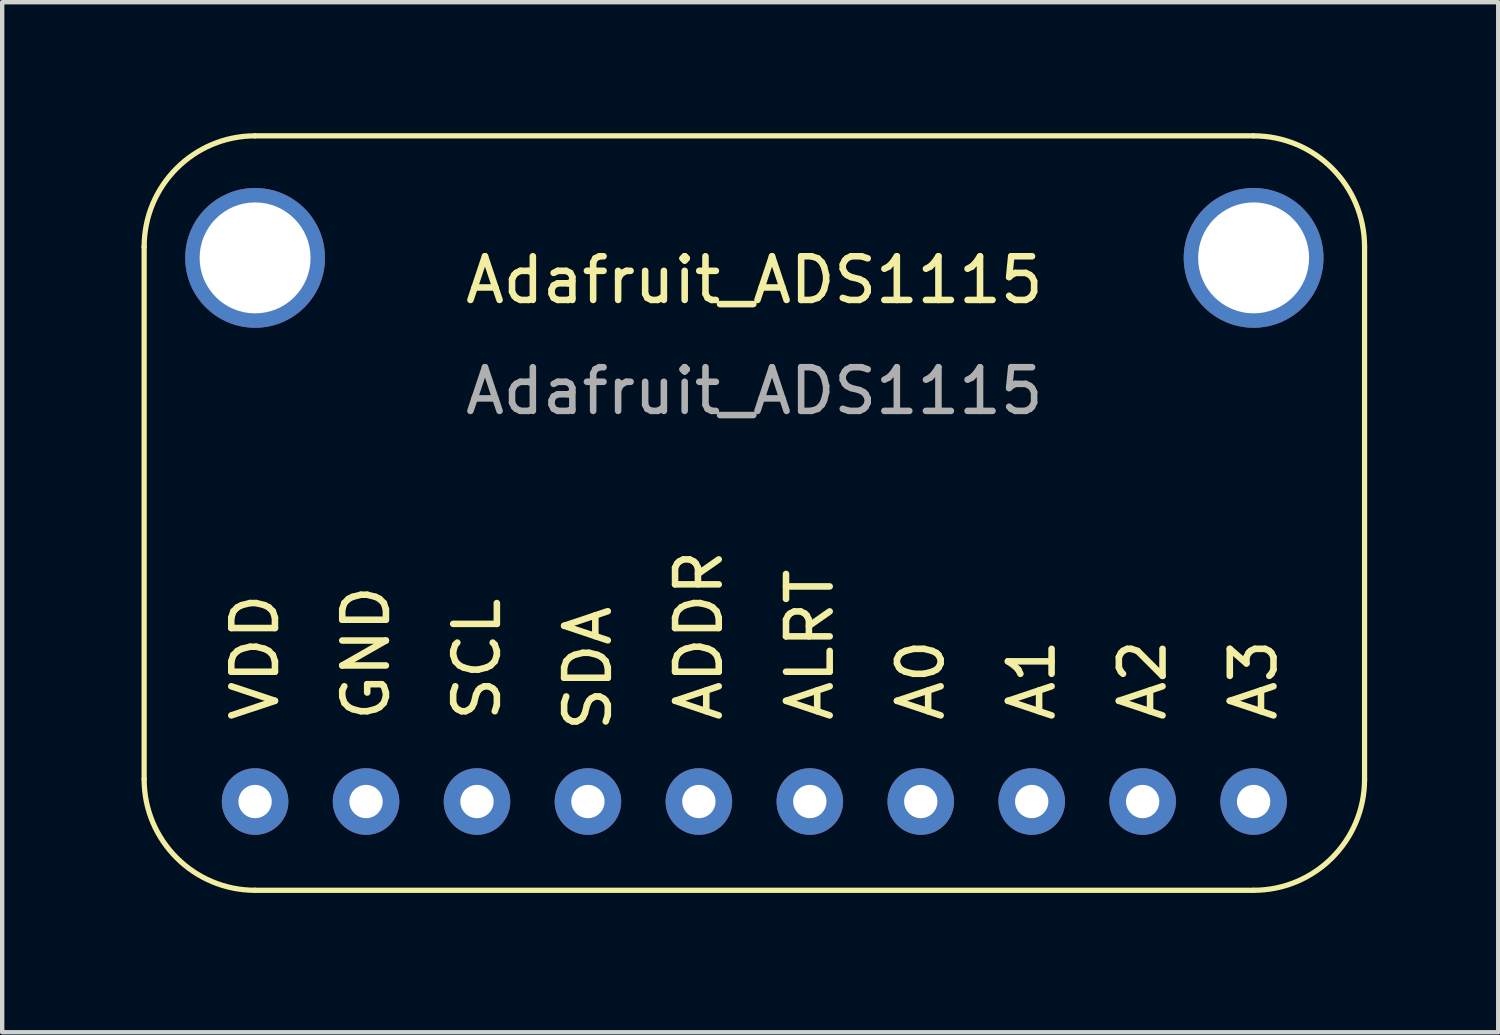
<source format=kicad_pcb>
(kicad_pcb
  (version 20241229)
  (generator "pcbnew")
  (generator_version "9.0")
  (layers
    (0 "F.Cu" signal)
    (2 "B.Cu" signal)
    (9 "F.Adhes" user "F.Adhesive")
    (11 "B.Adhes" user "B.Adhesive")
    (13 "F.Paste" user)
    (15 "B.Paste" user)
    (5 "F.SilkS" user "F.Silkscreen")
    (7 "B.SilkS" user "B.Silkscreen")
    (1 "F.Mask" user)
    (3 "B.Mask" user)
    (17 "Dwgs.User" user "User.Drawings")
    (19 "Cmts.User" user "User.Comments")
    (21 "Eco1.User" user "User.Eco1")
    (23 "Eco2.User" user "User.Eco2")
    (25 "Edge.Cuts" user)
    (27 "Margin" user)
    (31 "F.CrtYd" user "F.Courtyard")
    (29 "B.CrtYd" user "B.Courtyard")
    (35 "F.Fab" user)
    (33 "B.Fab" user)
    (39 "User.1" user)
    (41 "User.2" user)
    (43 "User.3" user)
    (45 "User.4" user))
  (footprint "Adafruit_ADS1115"
    (layer "F.Cu")
    (at 0.25 17.332)
    (property "Reference" "Adafruit_ADS1115" (at 13.97 -13.97 0) (unlocked yes) (layer "F.SilkS") (effects (font (size 1 1) (thickness 0.15))))
    (attr through_hole)
    (fp_line (start 0 -2.54) (end 0 -14.732) (stroke (width 0.12) (type solid)) (layer "F.SilkS"))
    (fp_line (start 2.54 -17.272) (end 25.4 -17.272) (stroke (width 0.12) (type solid)) (layer "F.SilkS"))
    (fp_line (start 2.54 0) (end 25.4 0) (stroke (width 0.12) (type solid)) (layer "F.SilkS"))
    (fp_line (start 27.94 -14.732) (end 27.94 -2.54) (stroke (width 0.12) (type solid)) (layer "F.SilkS"))
    (fp_arc (start 0 -14.732) (mid 0.743949 -16.528051) (end 2.54 -17.272) (stroke (width 0.12) (type solid)) (layer "F.SilkS"))
    (fp_arc (start 2.54 0) (mid 0.743949 -0.743949) (end 0 -2.54) (stroke (width 0.12) (type solid)) (layer "F.SilkS"))
    (fp_arc (start 25.4 -17.272) (mid 27.196051 -16.528051) (end 27.94 -14.732) (stroke (width 0.12) (type solid)) (layer "F.SilkS"))
    (fp_arc (start 27.94 -2.54) (mid 27.196051 -0.743949) (end 25.4 0) (stroke (width 0.12) (type solid)) (layer "F.SilkS"))
    (fp_text user "A2" (at 22.86 -3.81 90) (unlocked yes) (layer "F.SilkS") (effects (font (size 1 1) (thickness 0.15)) (justify left)))
    (fp_text user "GND" (at 5.08 -3.81 90) (unlocked yes) (layer "F.SilkS") (effects (font (size 1 1) (thickness 0.15)) (justify left)))
    (fp_text user "SDA" (at 10.16 -5.08 90) (unlocked yes) (layer "F.SilkS") (effects (font (size 1 1) (thickness 0.15))))
    (fp_text user "A1" (at 20.32 -3.81 90) (unlocked yes) (layer "F.SilkS") (effects (font (size 1 1) (thickness 0.15)) (justify left)))
    (fp_text user "A0" (at 17.78 -3.81 90) (unlocked yes) (layer "F.SilkS") (effects (font (size 1 1) (thickness 0.15)) (justify left)))
    (fp_text user "ALRT" (at 15.24 -3.81 90) (unlocked yes) (layer "F.SilkS") (effects (font (size 1 1) (thickness 0.15)) (justify left)))
    (fp_text user "A3" (at 25.4 -3.81 90) (unlocked yes) (layer "F.SilkS") (effects (font (size 1 1) (thickness 0.15)) (justify left)))
    (fp_text user "ADDR" (at 12.7 -3.81 90) (unlocked yes) (layer "F.SilkS") (effects (font (size 1 1) (thickness 0.15)) (justify left)))
    (fp_text user "VDD" (at 2.54 -3.81 90) (unlocked yes) (layer "F.SilkS") (effects (font (size 1 1) (thickness 0.15)) (justify left)))
    (fp_text user "SCL" (at 7.62 -3.81 90) (unlocked yes) (layer "F.SilkS") (effects (font (size 1 1) (thickness 0.15)) (justify left)))
    (fp_text user "${REFERENCE}" (at 13.97 -11.43 0) (unlocked yes) (layer "F.Fab") (effects (font (size 1 1) (thickness 0.15))))
    (pad "1" thru_hole circle (at 2.54 -2.032) (size 1.524 1.524) (drill 0.762) (layers "*.Cu" "*.Mask"))
    (pad "2" thru_hole circle (at 5.08 -2.032) (size 1.524 1.524) (drill 0.762) (layers "*.Cu" "*.Mask"))
    (pad "3" thru_hole circle (at 7.62 -2.032) (size 1.524 1.524) (drill 0.762) (layers "*.Cu" "*.Mask"))
    (pad "4" thru_hole circle (at 10.16 -2.032) (size 1.524 1.524) (drill 0.762) (layers "*.Cu" "*.Mask"))
    (pad "5" thru_hole circle (at 12.7 -2.032) (size 1.524 1.524) (drill 0.762) (layers "*.Cu" "*.Mask"))
    (pad "6" thru_hole circle (at 15.24 -2.032) (size 1.524 1.524) (drill 0.762) (layers "*.Cu" "*.Mask"))
    (pad "7" thru_hole circle (at 17.78 -2.032) (size 1.524 1.524) (drill 0.762) (layers "*.Cu" "*.Mask"))
    (pad "8" thru_hole circle (at 20.32 -2.032) (size 1.524 1.524) (drill 0.762) (layers "*.Cu" "*.Mask"))
    (pad "9" thru_hole circle (at 22.86 -2.032) (size 1.524 1.524) (drill 0.762) (layers "*.Cu" "*.Mask"))
    (pad "10" thru_hole circle (at 25.4 -2.032) (size 1.524 1.524) (drill 0.762) (layers "*.Cu" "*.Mask"))
    (pad "11" thru_hole circle (at 2.54 -14.478) (size 3.2 3.2) (drill 2.54) (layers "*.Cu" "*.Mask"))
    (pad "11" thru_hole circle (at 25.4 -14.478) (size 3.2 3.2) (drill 2.54) (layers "*.Cu" "*.Mask")))
  (gr_rect
    (start -3 -3)
    (end 31.25 20.582)
    (stroke (width 0.1) (type default))
    (fill no)
    (layer "Edge.Cuts")))
</source>
